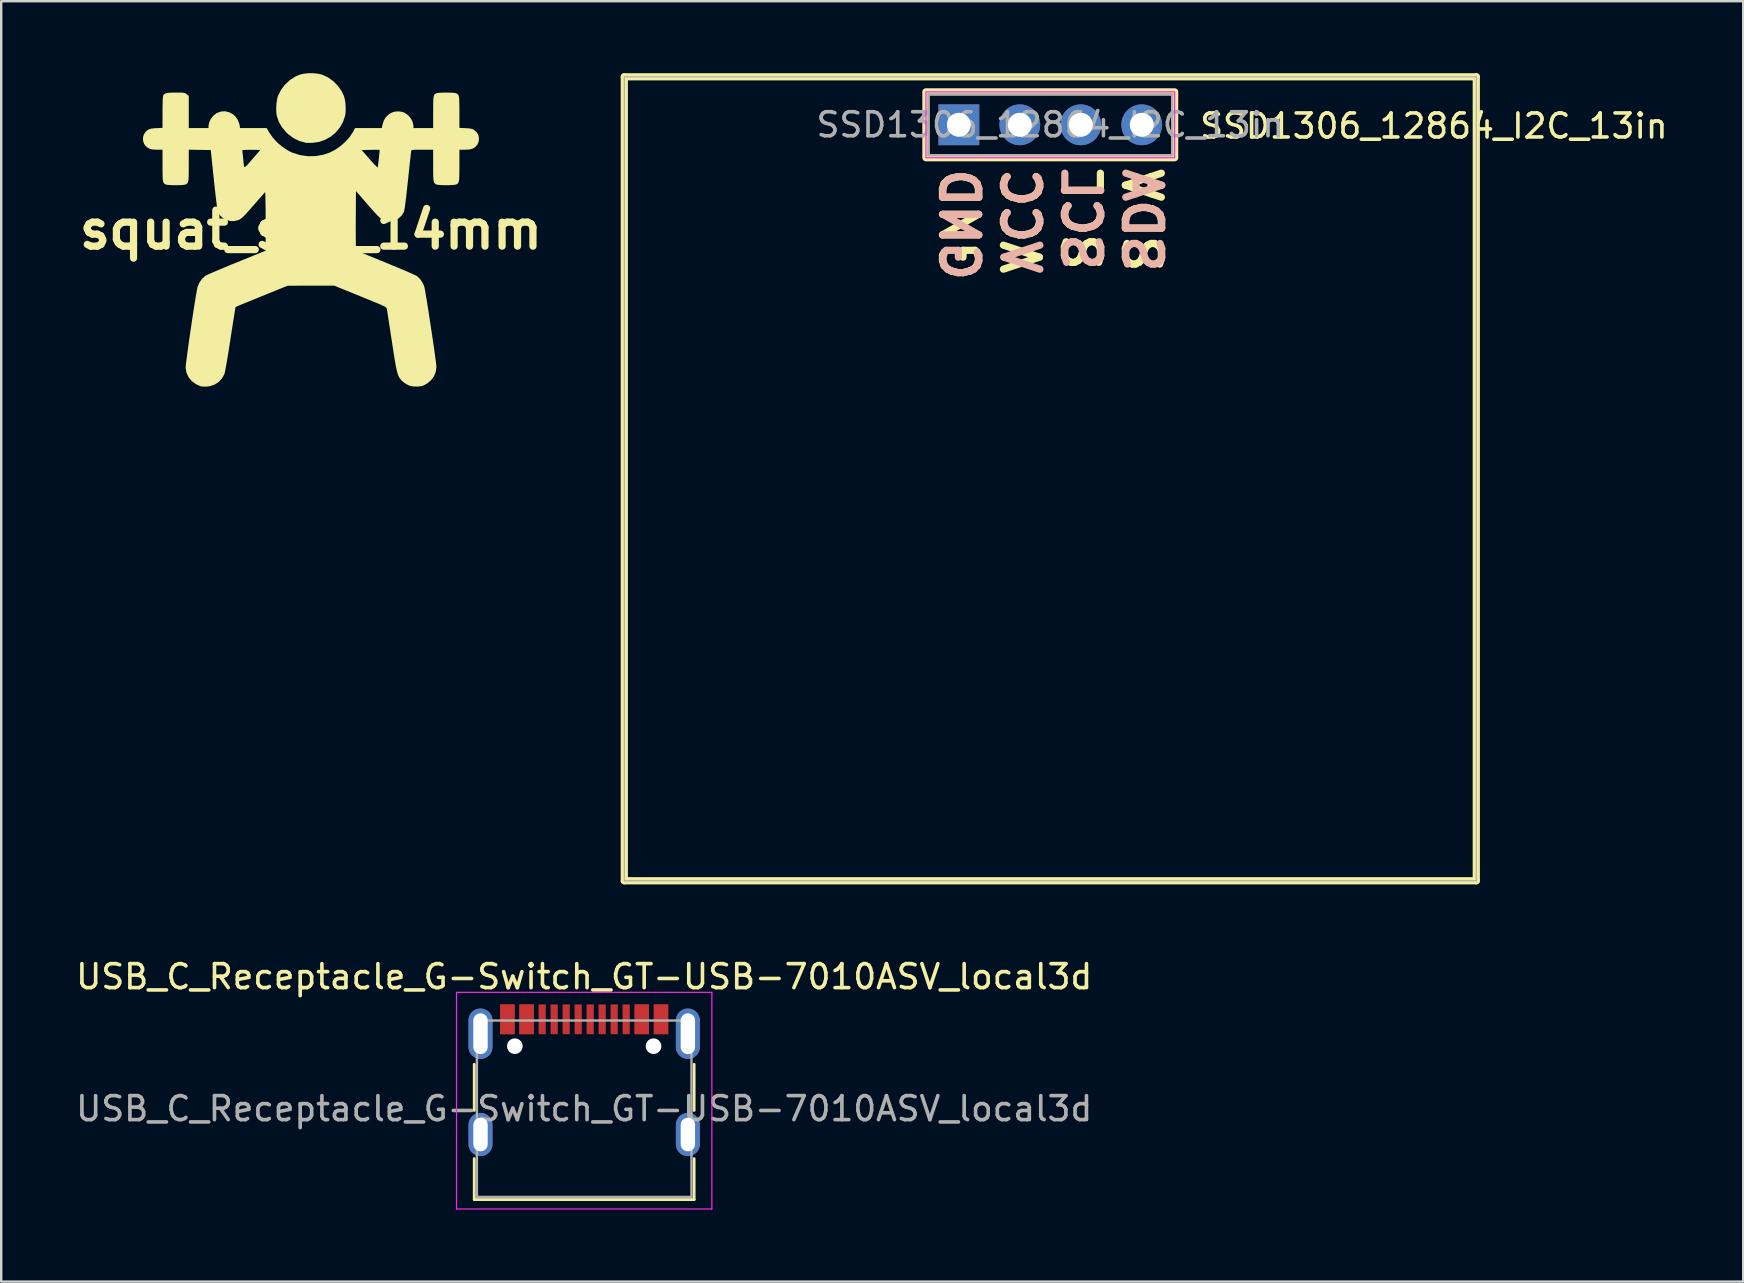
<source format=kicad_pcb>
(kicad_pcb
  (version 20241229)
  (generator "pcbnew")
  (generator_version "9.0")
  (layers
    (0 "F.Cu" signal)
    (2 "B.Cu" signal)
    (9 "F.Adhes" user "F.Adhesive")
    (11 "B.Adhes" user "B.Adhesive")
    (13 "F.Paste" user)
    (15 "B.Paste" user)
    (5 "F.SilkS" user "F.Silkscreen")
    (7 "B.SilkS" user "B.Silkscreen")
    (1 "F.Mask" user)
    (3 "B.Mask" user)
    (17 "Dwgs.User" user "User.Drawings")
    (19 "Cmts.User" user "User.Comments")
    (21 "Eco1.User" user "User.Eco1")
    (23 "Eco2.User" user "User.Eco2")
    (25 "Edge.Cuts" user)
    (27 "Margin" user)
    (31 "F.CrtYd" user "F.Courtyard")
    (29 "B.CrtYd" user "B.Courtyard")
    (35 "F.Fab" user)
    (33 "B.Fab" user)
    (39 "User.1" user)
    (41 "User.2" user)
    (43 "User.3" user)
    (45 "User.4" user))
  (footprint "squat_silk_14mm"
    (layer "F.Cu")
    (at 9.907 6.528)
    (property "Reference" "squat_silk_14mm" (at 0 0 0) (layer "F.SilkS") (effects (font (size 1.5 1.5) (thickness 0.3))))
    (attr board_only exclude_from_pos_files exclude_from_bom)
    (fp_poly (pts (xy 0.283 -6.509) (xy 0.455 -6.47) (xy 0.465 -6.466) (xy 0.709 -6.354) (xy 0.932 -6.196) (xy 1.125 -5.999) (xy 1.282 -5.772) (xy 1.374 -5.578) (xy 1.41 -5.448) (xy 1.435 -5.284) (xy 1.447 -5.106) (xy 1.445 -4.933) (xy 1.429 -4.785) (xy 1.424 -4.759) (xy 1.337 -4.501) (xy 1.205 -4.267) (xy 1.034 -4.061) (xy 0.83 -3.889) (xy 0.598 -3.757) (xy 0.346 -3.667) (xy 0.078 -3.627) (xy 0.069 -3.627) (xy -0.044 -3.624) (xy -0.144 -3.624) (xy -0.212 -3.629) (xy -0.219 -3.63) (xy -0.488 -3.705) (xy -0.727 -3.822) (xy -0.947 -3.986) (xy -1.026 -4.062) (xy -1.21 -4.277) (xy -1.341 -4.505) (xy -1.423 -4.749) (xy -1.426 -4.762) (xy -1.444 -4.907) (xy -1.448 -5.08) (xy -1.437 -5.261) (xy -1.414 -5.431) (xy -1.379 -5.569) (xy -1.372 -5.587) (xy -1.248 -5.834) (xy -1.079 -6.055) (xy -0.874 -6.244) (xy -0.639 -6.394) (xy -0.479 -6.464) (xy -0.316 -6.505) (xy -0.122 -6.527) (xy 0.085 -6.528)) (stroke (width 0) (type solid)) (fill yes) (layer "F.SilkS"))
    (fp_poly (pts (xy 5.77 -5.719) (xy 5.895 -5.713) (xy 5.995 -5.704) (xy 6.054 -5.69) (xy 6.058 -5.689) (xy 6.096 -5.666) (xy 6.126 -5.641) (xy 6.148 -5.606) (xy 6.163 -5.553) (xy 6.174 -5.478) (xy 6.18 -5.371) (xy 6.183 -5.228) (xy 6.185 -5.041) (xy 6.185 -4.909) (xy 6.186 -4.249) (xy 6.44 -4.238) (xy 6.574 -4.229) (xy 6.67 -4.215) (xy 6.741 -4.193) (xy 6.797 -4.163) (xy 6.906 -4.067) (xy 6.975 -3.947) (xy 7.002 -3.815) (xy 6.989 -3.681) (xy 6.937 -3.556) (xy 6.846 -3.451) (xy 6.75 -3.391) (xy 6.65 -3.359) (xy 6.521 -3.343) (xy 6.412 -3.34) (xy 6.186 -3.339) (xy 6.185 -2.675) (xy 6.184 -2.459) (xy 6.182 -2.29) (xy 6.178 -2.163) (xy 6.17 -2.07) (xy 6.158 -2.005) (xy 6.14 -1.96) (xy 6.115 -1.93) (xy 6.082 -1.906) (xy 6.058 -1.893) (xy 6.003 -1.879) (xy 5.907 -1.869) (xy 5.783 -1.863) (xy 5.646 -1.861) (xy 5.507 -1.863) (xy 5.382 -1.868) (xy 5.282 -1.878) (xy 5.222 -1.891) (xy 5.219 -1.893) (xy 5.181 -1.915) (xy 5.151 -1.941) (xy 5.129 -1.976) (xy 5.113 -2.028) (xy 5.103 -2.103) (xy 5.097 -2.209) (xy 5.093 -2.352) (xy 5.092 -2.539) (xy 5.092 -2.675) (xy 5.091 -3.339) (xy 4.64 -3.339) (xy 4.473 -3.339) (xy 4.354 -3.338) (xy 4.273 -3.334) (xy 4.222 -3.327) (xy 4.195 -3.316) (xy 4.182 -3.299) (xy 4.176 -3.278) (xy 4.171 -3.238) (xy 4.16 -3.15) (xy 4.145 -3.019) (xy 4.127 -2.852) (xy 4.105 -2.654) (xy 4.081 -2.431) (xy 4.056 -2.189) (xy 4.04 -2.034) (xy 4.004 -1.705) (xy 3.972 -1.421) (xy 3.944 -1.184) (xy 3.919 -0.996) (xy 3.897 -0.858) (xy 3.88 -0.772) (xy 3.873 -0.747) (xy 3.781 -0.595) (xy 3.649 -0.478) (xy 3.484 -0.398) (xy 3.308 -0.363) (xy 3.203 -0.359) (xy 3.119 -0.372) (xy 3.025 -0.41) (xy 3.001 -0.421) (xy 2.95 -0.449) (xy 2.898 -0.486) (xy 2.839 -0.536) (xy 2.767 -0.606) (xy 2.678 -0.7) (xy 2.567 -0.824) (xy 2.427 -0.982) (xy 2.363 -1.056) (xy 1.875 -1.618) (xy 1.868 -0.393) (xy 1.867 -0.139) (xy 1.867 0.098) (xy 1.867 0.312) (xy 1.869 0.499) (xy 1.871 0.651) (xy 1.875 0.765) (xy 1.878 0.833) (xy 1.881 0.852) (xy 1.91 0.866) (xy 1.985 0.899) (xy 2.1 0.947) (xy 2.251 1.01) (xy 2.433 1.086) (xy 2.64 1.171) (xy 2.868 1.264) (xy 3.111 1.363) (xy 3.116 1.366) (xy 3.363 1.467) (xy 3.597 1.564) (xy 3.813 1.655) (xy 4.005 1.737) (xy 4.168 1.808) (xy 4.296 1.866) (xy 4.383 1.908) (xy 4.425 1.931) (xy 4.561 2.065) (xy 4.668 2.232) (xy 4.722 2.365) (xy 4.735 2.422) (xy 4.755 2.527) (xy 4.78 2.674) (xy 4.811 2.856) (xy 4.845 3.068) (xy 4.883 3.304) (xy 4.922 3.556) (xy 4.962 3.82) (xy 5.003 4.089) (xy 5.043 4.356) (xy 5.082 4.616) (xy 5.118 4.863) (xy 5.15 5.09) (xy 5.178 5.291) (xy 5.201 5.461) (xy 5.217 5.593) (xy 5.226 5.68) (xy 5.228 5.71) (xy 5.201 5.913) (xy 5.126 6.1) (xy 5.005 6.265) (xy 4.844 6.399) (xy 4.784 6.435) (xy 4.689 6.483) (xy 4.611 6.511) (xy 4.528 6.524) (xy 4.416 6.528) (xy 4.393 6.528) (xy 4.267 6.524) (xy 4.173 6.511) (xy 4.087 6.483) (xy 4.019 6.452) (xy 3.917 6.392) (xy 3.823 6.321) (xy 3.775 6.275) (xy 3.733 6.225) (xy 3.696 6.175) (xy 3.664 6.12) (xy 3.634 6.055) (xy 3.607 5.975) (xy 3.58 5.875) (xy 3.552 5.749) (xy 3.522 5.594) (xy 3.49 5.404) (xy 3.452 5.174) (xy 3.41 4.9) (xy 3.368 4.626) (xy 3.328 4.366) (xy 3.291 4.121) (xy 3.256 3.896) (xy 3.226 3.698) (xy 3.2 3.531) (xy 3.18 3.402) (xy 3.166 3.316) (xy 3.16 3.281) (xy 3.153 3.262) (xy 3.138 3.242) (xy 3.11 3.22) (xy 3.065 3.193) (xy 2.998 3.16) (xy 2.904 3.117) (xy 2.78 3.063) (xy 2.62 2.997) (xy 2.42 2.914) (xy 2.176 2.815) (xy 2.058 2.767) (xy 0.972 2.326) (xy -0.001 2.326) (xy -0.974 2.327) (xy -2.052 2.765) (xy -2.281 2.858) (xy -2.494 2.945) (xy -2.685 3.024) (xy -2.85 3.091) (xy -2.983 3.146) (xy -3.078 3.186) (xy -3.132 3.209) (xy -3.141 3.214) (xy -3.147 3.242) (xy -3.16 3.319) (xy -3.18 3.44) (xy -3.206 3.6) (xy -3.237 3.792) (xy -3.271 4.013) (xy -3.309 4.256) (xy -3.349 4.517) (xy -3.354 4.552) (xy -3.396 4.824) (xy -3.437 5.081) (xy -3.476 5.319) (xy -3.512 5.53) (xy -3.544 5.71) (xy -3.571 5.854) (xy -3.592 5.954) (xy -3.606 6.005) (xy -3.707 6.19) (xy -3.846 6.339) (xy -4.018 6.449) (xy -4.216 6.515) (xy -4.346 6.531) (xy -4.452 6.532) (xy -4.545 6.527) (xy -4.598 6.518) (xy -4.8 6.426) (xy -4.968 6.298) (xy -5.098 6.141) (xy -5.185 5.959) (xy -5.222 5.762) (xy -5.22 5.706) (xy -5.21 5.602) (xy -5.192 5.456) (xy -5.169 5.275) (xy -5.141 5.064) (xy -5.109 4.828) (xy -5.073 4.575) (xy -5.035 4.311) (xy -4.995 4.04) (xy -4.955 3.77) (xy -4.915 3.507) (xy -4.876 3.256) (xy -4.839 3.024) (xy -4.805 2.816) (xy -4.775 2.639) (xy -4.749 2.498) (xy -4.73 2.4) (xy -4.721 2.366) (xy -4.646 2.191) (xy -4.531 2.032) (xy -4.411 1.923) (xy -4.365 1.897) (xy -4.273 1.854) (xy -4.142 1.795) (xy -3.976 1.723) (xy -3.782 1.641) (xy -3.564 1.549) (xy -3.329 1.452) (xy -3.098 1.358) (xy -1.889 0.868) (xy -1.889 -0.365) (xy -1.889 -0.618) (xy -1.89 -0.852) (xy -1.893 -1.062) (xy -1.896 -1.244) (xy -1.899 -1.39) (xy -1.903 -1.497) (xy -1.908 -1.559) (xy -1.912 -1.572) (xy -1.935 -1.546) (xy -1.99 -1.483) (xy -2.07 -1.391) (xy -2.172 -1.275) (xy -2.289 -1.141) (xy -2.403 -1.01) (xy -2.55 -0.842) (xy -2.667 -0.712) (xy -2.759 -0.612) (xy -2.832 -0.539) (xy -2.891 -0.487) (xy -2.942 -0.45) (xy -2.99 -0.423) (xy -3.016 -0.411) (xy -3.182 -0.366) (xy -3.353 -0.367) (xy -3.518 -0.41) (xy -3.667 -0.49) (xy -3.788 -0.603) (xy -3.873 -0.744) (xy -3.886 -0.778) (xy -3.896 -0.825) (xy -3.91 -0.921) (xy -3.928 -1.059) (xy -3.95 -1.234) (xy -3.974 -1.438) (xy -4 -1.667) (xy -4.027 -1.915) (xy -4.047 -2.101) (xy -4.176 -3.326) (xy -2.86 -3.326) (xy -2.822 -2.947) (xy -2.81 -2.813) (xy -2.8 -2.713) (xy -2.788 -2.649) (xy -2.767 -2.621) (xy -2.733 -2.629) (xy -2.681 -2.674) (xy -2.606 -2.756) (xy -2.502 -2.878) (xy -2.397 -2.999) (xy -2.114 -3.326) (xy -2.302 -3.334) (xy -2.437 -3.337) (xy -2.586 -3.336) (xy -2.675 -3.334) (xy -2.86 -3.326) (xy -4.176 -3.326) (xy -4.633 -3.333) (xy -5.091 -3.341) (xy -5.092 -2.676) (xy -5.092 -2.46) (xy -5.094 -2.291) (xy -5.099 -2.163) (xy -5.106 -2.07) (xy -5.119 -2.005) (xy -5.137 -1.96) (xy -5.162 -1.93) (xy -5.195 -1.906) (xy -5.219 -1.893) (xy -5.274 -1.879) (xy -5.37 -1.869) (xy -5.493 -1.863) (xy -5.631 -1.861) (xy -5.77 -1.863) (xy -5.895 -1.868) (xy -5.995 -1.878) (xy -6.054 -1.891) (xy -6.058 -1.893) (xy -6.096 -1.915) (xy -6.125 -1.941) (xy -6.148 -1.976) (xy -6.163 -2.028) (xy -6.174 -2.103) (xy -6.18 -2.209) (xy -6.183 -2.352) (xy -6.185 -2.539) (xy -6.185 -2.675) (xy -6.186 -3.339) (xy -6.412 -3.34) (xy -6.568 -3.347) (xy -6.686 -3.368) (xy -6.75 -3.391) (xy -6.87 -3.473) (xy -6.952 -3.583) (xy -6.996 -3.711) (xy -6.999 -3.846) (xy -6.963 -3.976) (xy -6.885 -4.092) (xy -6.797 -4.163) (xy -6.733 -4.196) (xy -6.659 -4.218) (xy -6.559 -4.231) (xy -6.44 -4.238) (xy -6.186 -4.249) (xy -6.185 -4.909) (xy -6.184 -5.141) (xy -6.18 -5.321) (xy -6.175 -5.455) (xy -6.167 -5.547) (xy -6.157 -5.6) (xy -6.151 -5.613) (xy -6.111 -5.655) (xy -6.059 -5.684) (xy -5.987 -5.704) (xy -5.883 -5.715) (xy -5.741 -5.72) (xy -5.629 -5.72) (xy -5.479 -5.72) (xy -5.374 -5.718) (xy -5.302 -5.711) (xy -5.253 -5.7) (xy -5.216 -5.681) (xy -5.18 -5.654) (xy -5.175 -5.65) (xy -5.091 -5.579) (xy -5.091 -4.911) (xy -5.091 -4.242) (xy -4.68 -4.242) (xy -4.27 -4.242) (xy -4.27 -4.315) (xy -4.245 -4.465) (xy -4.177 -4.615) (xy -4.076 -4.749) (xy -3.952 -4.851) (xy -3.918 -4.87) (xy -3.744 -4.932) (xy -3.573 -4.942) (xy -3.4 -4.898) (xy -3.255 -4.822) (xy -3.147 -4.726) (xy -3.056 -4.593) (xy -2.991 -4.439) (xy -2.969 -4.345) (xy -2.954 -4.242) (xy -2.4 -4.242) (xy -1.845 -4.242) (xy -1.744 -4.065) (xy -1.587 -3.84) (xy -1.39 -3.627) (xy -1.164 -3.439) (xy -0.923 -3.287) (xy -0.772 -3.216) (xy -0.455 -3.116) (xy -0.13 -3.069) (xy 0.198 -3.075) (xy 0.522 -3.133) (xy 0.772 -3.216) (xy 0.989 -3.326) (xy 2.113 -3.326) (xy 2.446 -2.945) (xy 2.55 -2.827) (xy 2.642 -2.729) (xy 2.716 -2.654) (xy 2.765 -2.61) (xy 2.785 -2.602) (xy 2.785 -2.603) (xy 2.791 -2.644) (xy 2.801 -2.727) (xy 2.814 -2.841) (xy 2.829 -2.974) (xy 2.83 -2.983) (xy 2.843 -3.114) (xy 2.854 -3.222) (xy 2.86 -3.299) (xy 2.861 -3.333) (xy 2.86 -3.333) (xy 2.832 -3.335) (xy 2.76 -3.336) (xy 2.653 -3.336) (xy 2.521 -3.334) (xy 2.484 -3.333) (xy 2.113 -3.326) (xy 0.989 -3.326) (xy 0.994 -3.328) (xy 1.214 -3.478) (xy 1.418 -3.655) (xy 1.595 -3.848) (xy 1.732 -4.046) (xy 1.749 -4.076) (xy 1.837 -4.242) (xy 2.394 -4.242) (xy 2.951 -4.242) (xy 2.981 -4.381) (xy 3.037 -4.561) (xy 3.124 -4.702) (xy 3.25 -4.817) (xy 3.353 -4.88) (xy 3.488 -4.926) (xy 3.645 -4.938) (xy 3.8 -4.917) (xy 3.902 -4.879) (xy 4.049 -4.776) (xy 4.164 -4.643) (xy 4.24 -4.489) (xy 4.27 -4.327) (xy 4.27 -4.318) (xy 4.27 -4.242) (xy 4.68 -4.242) (xy 5.091 -4.242) (xy 5.092 -4.906) (xy 5.092 -5.123) (xy 5.094 -5.291) (xy 5.099 -5.419) (xy 5.106 -5.512) (xy 5.119 -5.577) (xy 5.137 -5.622) (xy 5.162 -5.652) (xy 5.195 -5.675) (xy 5.219 -5.689) (xy 5.274 -5.703) (xy 5.37 -5.712) (xy 5.493 -5.719) (xy 5.631 -5.721)) (stroke (width 0) (type solid)) (fill yes) (layer "F.SilkS")))
  (footprint "USB_C_Receptacle_G-Switch_GT-USB-7010ASV_local3d"
    (layer "F.Cu")
    (at 21.292 43.148)
    (property "Reference" "USB_C_Receptacle_G-Switch_GT-USB-7010ASV_local3d" (at 0 -5.5 0) (layer "F.SilkS") (effects (font (size 1 1) (thickness 0.15))))
    (attr smd)
    (fp_line (start -4.58 -1.85) (end -4.58 0.07) (stroke (width 0.12) (type solid)) (layer "F.SilkS"))
    (fp_line (start -4.58 3.785) (end -4.58 2.08) (stroke (width 0.12) (type solid)) (layer "F.SilkS"))
    (fp_line (start 4.58 0.07) (end 4.58 -1.85) (stroke (width 0.12) (type solid)) (layer "F.SilkS"))
    (fp_line (start 4.58 2.08) (end 4.58 3.785) (stroke (width 0.12) (type solid)) (layer "F.SilkS"))
    (fp_line (start 4.58 3.785) (end -4.58 3.785) (stroke (width 0.12) (type solid)) (layer "F.SilkS"))
    (fp_line (start -5.32 -4.85) (end 5.32 -4.85) (stroke (width 0.05) (type solid)) (layer "F.CrtYd"))
    (fp_line (start -5.32 4.18) (end -5.32 -4.85) (stroke (width 0.05) (type solid)) (layer "F.CrtYd"))
    (fp_line (start 5.32 -4.85) (end 5.32 4.18) (stroke (width 0.05) (type solid)) (layer "F.CrtYd"))
    (fp_line (start 5.32 4.18) (end -5.32 4.18) (stroke (width 0.05) (type solid)) (layer "F.CrtYd"))
    (fp_line (start -4.47 -3.675) (end -4.47 3.675) (stroke (width 0.1) (type solid)) (layer "F.Fab"))
    (fp_line (start -4.47 -3.675) (end 4.47 -3.675) (stroke (width 0.1) (type solid)) (layer "F.Fab"))
    (fp_line (start -4.47 3.675) (end 4.47 3.675) (stroke (width 0.1) (type solid)) (layer "F.Fab"))
    (fp_line (start 4.47 3.675) (end 4.47 -3.675) (stroke (width 0.1) (type solid)) (layer "F.Fab"))
    (fp_text user "${REFERENCE}" (at 0 0 0) (layer "F.Fab") (effects (font (size 1 1) (thickness 0.15))))
    (pad "" np_thru_hole circle (at -2.89 -2.605) (size 0.65 0.65) (drill 0.65) (layers "*.Cu" "*.Mask"))
    (pad "" np_thru_hole circle (at 2.89 -2.605) (size 0.65 0.65) (drill 0.65) (layers "*.Cu" "*.Mask"))
    (pad "A1" smd rect (at -3.2 -3.725) (size 0.6 1.24) (layers "F.Cu" "F.Mask" "F.Paste"))
    (pad "A4" smd rect (at -2.4 -3.725) (size 0.6 1.24) (layers "F.Cu" "F.Mask" "F.Paste"))
    (pad "A5" smd rect (at -1.25 -3.725) (size 0.3 1.24) (layers "F.Cu" "F.Mask" "F.Paste"))
    (pad "A6" smd rect (at -0.25 -3.725) (size 0.3 1.24) (layers "F.Cu" "F.Mask" "F.Paste"))
    (pad "A7" smd rect (at 0.25 -3.725) (size 0.3 1.24) (layers "F.Cu" "F.Mask" "F.Paste"))
    (pad "A8" smd rect (at 1.25 -3.725) (size 0.3 1.24) (layers "F.Cu" "F.Mask" "F.Paste"))
    (pad "A9" smd rect (at 2.4 -3.725) (size 0.6 1.24) (layers "F.Cu" "F.Mask" "F.Paste"))
    (pad "A12" smd rect (at 3.2 -3.725) (size 0.6 1.24) (layers "F.Cu" "F.Mask" "F.Paste"))
    (pad "B1" smd rect (at 3.2 -3.725) (size 0.6 1.24) (layers "F.Cu" "F.Mask" "F.Paste"))
    (pad "B4" smd rect (at 2.4 -3.725) (size 0.6 1.24) (layers "F.Cu" "F.Mask" "F.Paste"))
    (pad "B5" smd rect (at 1.75 -3.725) (size 0.3 1.24) (layers "F.Cu" "F.Mask" "F.Paste"))
    (pad "B6" smd rect (at 0.75 -3.725) (size 0.3 1.24) (layers "F.Cu" "F.Mask" "F.Paste"))
    (pad "B7" smd rect (at -0.75 -3.725) (size 0.3 1.24) (layers "F.Cu" "F.Mask" "F.Paste"))
    (pad "B8" smd rect (at -1.75 -3.725) (size 0.3 1.24) (layers "F.Cu" "F.Mask" "F.Paste"))
    (pad "B9" smd rect (at -2.4 -3.725) (size 0.6 1.24) (layers "F.Cu" "F.Mask" "F.Paste"))
    (pad "B12" smd rect (at -3.2 -3.725) (size 0.6 1.24) (layers "F.Cu" "F.Mask" "F.Paste"))
    (pad "S1" thru_hole oval (at -4.32 -3.125) (size 1 2.1) (drill oval 0.6 1.7) (layers "*.Cu" "*.Mask"))
    (pad "S1" thru_hole oval (at -4.32 1.075) (size 1 1.8) (drill oval 0.6 1.4) (layers "*.Cu" "*.Mask"))
    (pad "S1" thru_hole oval (at 4.32 -3.125) (size 1 2.1) (drill oval 0.6 1.7) (layers "*.Cu" "*.Mask"))
    (pad "S1" thru_hole oval (at 4.32 1.075) (size 1 1.8) (drill oval 0.6 1.4) (layers "*.Cu" "*.Mask")))
  (footprint "SSD1306_12864_I2C_13in"
    (layer "F.Cu")
    (at 40.714 2.15)
    (property "Reference" "SSD1306_12864_I2C_13in" (at 6.147 0.051 0) (layer "F.SilkS") (effects (font (size 1 1) (thickness 0.15)) (justify left)))
    (attr through_hole)
    (fp_line (start -17.75 -2) (end -17.75 31.5) (stroke (width 0.3) (type solid)) (layer "F.SilkS"))
    (fp_line (start -17.75 -2) (end 17.75 -2) (stroke (width 0.3) (type solid)) (layer "F.SilkS"))
    (fp_line (start -5.15 -1.33) (end 5.14 -1.33) (stroke (width 0.12) (type solid)) (layer "F.SilkS"))
    (fp_line (start -5.15 1.33) (end -5.15 -1.33) (stroke (width 0.12) (type solid)) (layer "F.SilkS"))
    (fp_line (start -5.15 1.33) (end 5.14 1.33) (stroke (width 0.12) (type solid)) (layer "F.SilkS"))
    (fp_line (start 5.14 1.33) (end 5.14 -1.33) (stroke (width 0.12) (type solid)) (layer "F.SilkS"))
    (fp_line (start 17.75 31.5) (end -17.75 31.5) (stroke (width 0.3) (type solid)) (layer "F.SilkS"))
    (fp_line (start 17.75 31.5) (end 17.75 -2) (stroke (width 0.3) (type solid)) (layer "F.SilkS"))
    (fp_rect (start -5.182 -1.372) (end 5.182 1.372) (stroke (width 0.3) (type default)) (fill no) (layer "F.SilkS"))
    (fp_rect (start -5.182 -1.372) (end 5.182 1.372) (stroke (width 0.05) (type default)) (fill no) (layer "F.CrtYd"))
    (fp_line (start -17.75 -2) (end -17.75 31.5) (stroke (width 0.05) (type solid)) (layer "F.Fab"))
    (fp_line (start -17.75 -2) (end 17.75 -2) (stroke (width 0.05) (type solid)) (layer "F.Fab"))
    (fp_line (start -5.08 -1.27) (end 5.08 -1.27) (stroke (width 0.1) (type solid)) (layer "F.Fab"))
    (fp_line (start -5.08 1.27) (end -5.08 -1.27) (stroke (width 0.1) (type solid)) (layer "F.Fab"))
    (fp_line (start 5.08 -1.27) (end 5.08 1.27) (stroke (width 0.1) (type solid)) (layer "F.Fab"))
    (fp_line (start 5.08 1.27) (end -5.08 1.27) (stroke (width 0.1) (type solid)) (layer "F.Fab"))
    (fp_line (start 17.75 31.5) (end -17.75 31.5) (stroke (width 0.05) (type solid)) (layer "F.Fab"))
    (fp_line (start 17.75 31.5) (end 17.75 -2) (stroke (width 0.05) (type solid)) (layer "F.Fab"))
    (fp_text user "GND" (at -2.794 1.676 90) (unlocked yes) (layer "F.SilkS") (effects (font (size 1.5 1.5) (thickness 0.3) (bold yes)) (justify right bottom)))
    (fp_text user "SCL" (at 2.286 1.676 90) (unlocked yes) (layer "F.SilkS") (effects (font (size 1.5 1.5) (thickness 0.3) (bold yes)) (justify right bottom)))
    (fp_text user "SDA" (at 4.826 1.676 90) (unlocked yes) (layer "F.SilkS") (effects (font (size 1.5 1.5) (thickness 0.3) (bold yes)) (justify right bottom)))
    (fp_text user "VCC" (at -0.254 1.676 90) (unlocked yes) (layer "F.SilkS") (effects (font (size 1.5 1.5) (thickness 0.3) (bold yes)) (justify right bottom)))
    (fp_text user "VCC" (at -2.134 1.676 270) (unlocked yes) (layer "B.SilkS") (effects (font (size 1.5 1.5) (thickness 0.3) (bold yes)) (justify right bottom mirror)))
    (fp_text user "GND" (at -4.674 1.676 270) (unlocked yes) (layer "B.SilkS") (effects (font (size 1.5 1.5) (thickness 0.3) (bold yes)) (justify right bottom mirror)))
    (fp_text user "SCL" (at 0.406 1.676 270) (unlocked yes) (layer "B.SilkS") (effects (font (size 1.5 1.5) (thickness 0.3) (bold yes)) (justify right bottom mirror)))
    (fp_text user "SDA" (at 2.946 1.676 270) (unlocked yes) (layer "B.SilkS") (effects (font (size 1.5 1.5) (thickness 0.3) (bold yes)) (justify right bottom mirror)))
    (fp_text user "${REFERENCE}" (at 0 0 180) (layer "F.Fab") (effects (font (size 1 1) (thickness 0.15))))
    (pad "1" thru_hole rect (at -3.81 0 90) (size 1.7 1.7) (drill 1) (layers "*.Cu" "*.Mask"))
    (pad "2" thru_hole oval (at -1.27 0 90) (size 1.7 1.7) (drill 1) (layers "*.Cu" "*.Mask"))
    (pad "3" thru_hole oval (at 1.27 0 90) (size 1.7 1.7) (drill 1) (layers "*.Cu" "*.Mask"))
    (pad "4" thru_hole oval (at 3.81 0 90) (size 1.7 1.7) (drill 1) (layers "*.Cu" "*.Mask")))
  (gr_rect
    (start -3 -3)
    (end 69.587 50.353)
    (stroke (width 0.1) (type default))
    (fill no)
    (layer "Edge.Cuts")))
</source>
